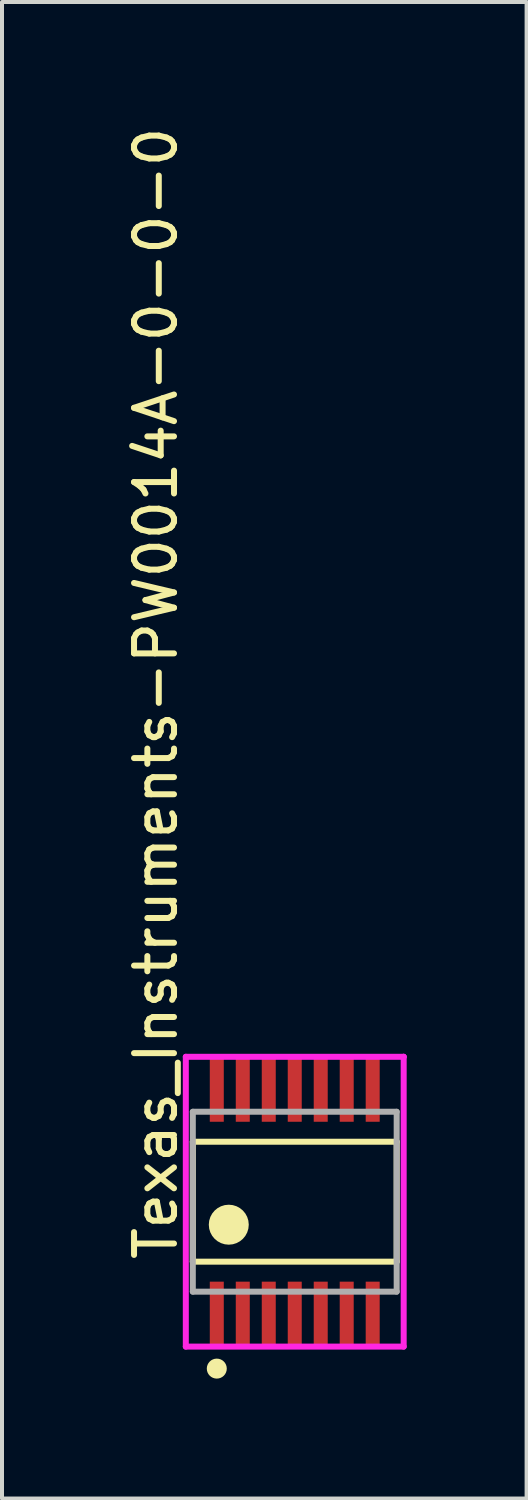
<source format=kicad_pcb>
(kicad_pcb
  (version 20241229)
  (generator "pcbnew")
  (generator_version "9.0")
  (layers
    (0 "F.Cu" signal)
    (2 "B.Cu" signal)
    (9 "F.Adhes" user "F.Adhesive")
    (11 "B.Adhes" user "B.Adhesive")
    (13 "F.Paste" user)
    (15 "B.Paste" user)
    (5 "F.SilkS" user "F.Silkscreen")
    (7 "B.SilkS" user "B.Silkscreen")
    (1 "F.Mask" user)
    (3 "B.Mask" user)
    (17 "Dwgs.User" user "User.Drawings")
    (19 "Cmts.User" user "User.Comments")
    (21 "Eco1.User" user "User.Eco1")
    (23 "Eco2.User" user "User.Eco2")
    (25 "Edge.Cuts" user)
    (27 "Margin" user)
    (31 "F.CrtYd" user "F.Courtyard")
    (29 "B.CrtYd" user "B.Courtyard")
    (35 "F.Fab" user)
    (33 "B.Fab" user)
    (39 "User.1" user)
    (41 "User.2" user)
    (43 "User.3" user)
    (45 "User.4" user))
  (footprint "Texas_Instruments-PW0014A-0-0-0"
    (layer "F.Cu")
    (at 4.323 27.011)
    (property "Reference" "Texas_Instruments-PW0014A-0-0-0" (at -3.475 1.525 270) (layer "F.SilkS") (effects (font (size 1 1) (thickness 0.15)) (justify left)))
    (attr through_hole)
    (fp_line (start -2.55 -1.5) (end 2.55 -1.5) (stroke (width 0.15) (type solid)) (layer "F.SilkS"))
    (fp_line (start -2.55 1.5) (end -2.55 -1.5) (stroke (width 0.15) (type solid)) (layer "F.SilkS"))
    (fp_line (start 2.55 -1.5) (end 2.55 1.5) (stroke (width 0.15) (type solid)) (layer "F.SilkS"))
    (fp_line (start 2.55 1.5) (end -2.55 1.5) (stroke (width 0.15) (type solid)) (layer "F.SilkS"))
    (fp_circle (center -1.95 4.175) (end -1.825 4.175) (stroke (width 0.25) (type solid)) (fill no) (layer "F.SilkS"))
    (fp_circle (center -1.65 0.575) (end -1.4 0.575) (stroke (width 0.5) (type solid)) (fill no) (layer "F.SilkS"))
    (fp_line (start -2.725 -3.625) (end -2.725 3.625) (stroke (width 0.15) (type solid)) (layer "F.CrtYd"))
    (fp_line (start -2.725 3.625) (end 2.725 3.625) (stroke (width 0.15) (type solid)) (layer "F.CrtYd"))
    (fp_line (start 2.725 -3.625) (end -2.725 -3.625) (stroke (width 0.15) (type solid)) (layer "F.CrtYd"))
    (fp_line (start 2.725 -3.625) (end 2.725 -3.625) (stroke (width 0.15) (type solid)) (layer "F.CrtYd"))
    (fp_line (start 2.725 3.625) (end 2.725 -3.625) (stroke (width 0.15) (type solid)) (layer "F.CrtYd"))
    (fp_line (start -2.55 -2.25) (end 2.55 -2.25) (stroke (width 0.15) (type solid)) (layer "F.Fab"))
    (fp_line (start -2.55 2.25) (end -2.55 -2.25) (stroke (width 0.15) (type solid)) (layer "F.Fab"))
    (fp_line (start 2.55 -2.25) (end 2.55 2.25) (stroke (width 0.15) (type solid)) (layer "F.Fab"))
    (fp_line (start 2.55 2.25) (end -2.55 2.25) (stroke (width 0.15) (type solid)) (layer "F.Fab"))
    (pad "" smd rect (at -1.95 -2.8) (size 0.3 1.55) (layers "F.Paste"))
    (pad "" smd rect (at -1.95 2.8) (size 0.3 1.55) (layers "F.Paste"))
    (pad "" smd rect (at -1.3 -2.8) (size 0.3 1.55) (layers "F.Paste"))
    (pad "" smd rect (at -1.3 2.8) (size 0.3 1.55) (layers "F.Paste"))
    (pad "" smd rect (at -0.65 -2.8) (size 0.3 1.55) (layers "F.Paste"))
    (pad "" smd rect (at -0.65 2.8) (size 0.3 1.55) (layers "F.Paste"))
    (pad "" smd rect (at 0 -2.8) (size 0.3 1.55) (layers "F.Paste"))
    (pad "" smd rect (at 0 2.8) (size 0.3 1.55) (layers "F.Paste"))
    (pad "" smd rect (at 0.65 -2.8) (size 0.3 1.55) (layers "F.Paste"))
    (pad "" smd rect (at 0.65 2.8) (size 0.3 1.55) (layers "F.Paste"))
    (pad "" smd rect (at 1.3 -2.8) (size 0.3 1.55) (layers "F.Paste"))
    (pad "" smd rect (at 1.3 2.8) (size 0.3 1.55) (layers "F.Paste"))
    (pad "" smd rect (at 1.95 -2.8) (size 0.3 1.55) (layers "F.Paste"))
    (pad "" smd rect (at 1.95 2.8) (size 0.3 1.55) (layers "F.Paste"))
    (pad "1" smd rect (at -1.95 2.8) (size 0.35 1.6) (layers "F.Cu" "F.Mask"))
    (pad "2" smd rect (at -1.3 2.8) (size 0.35 1.6) (layers "F.Cu" "F.Mask"))
    (pad "3" smd rect (at -0.65 2.8) (size 0.35 1.6) (layers "F.Cu" "F.Mask"))
    (pad "4" smd rect (at 0 2.8) (size 0.35 1.6) (layers "F.Cu" "F.Mask"))
    (pad "5" smd rect (at 0.65 2.8) (size 0.35 1.6) (layers "F.Cu" "F.Mask"))
    (pad "6" smd rect (at 1.3 2.8) (size 0.35 1.6) (layers "F.Cu" "F.Mask"))
    (pad "7" smd rect (at 1.95 2.8) (size 0.35 1.6) (layers "F.Cu" "F.Mask"))
    (pad "8" smd rect (at 1.95 -2.8) (size 0.35 1.6) (layers "F.Cu" "F.Mask"))
    (pad "9" smd rect (at 1.3 -2.8) (size 0.35 1.6) (layers "F.Cu" "F.Mask"))
    (pad "10" smd rect (at 0.65 -2.8) (size 0.35 1.6) (layers "F.Cu" "F.Mask"))
    (pad "11" smd rect (at 0 -2.8) (size 0.35 1.6) (layers "F.Cu" "F.Mask"))
    (pad "12" smd rect (at -0.65 -2.8) (size 0.35 1.6) (layers "F.Cu" "F.Mask"))
    (pad "13" smd rect (at -1.3 -2.8) (size 0.35 1.6) (layers "F.Cu" "F.Mask"))
    (pad "14" smd rect (at -1.95 -2.8) (size 0.35 1.6) (layers "F.Cu" "F.Mask")))
  (gr_rect
    (start -3 -3)
    (end 10.123 34.436)
    (stroke (width 0.1) (type default))
    (fill no)
    (layer "Edge.Cuts")))
</source>
